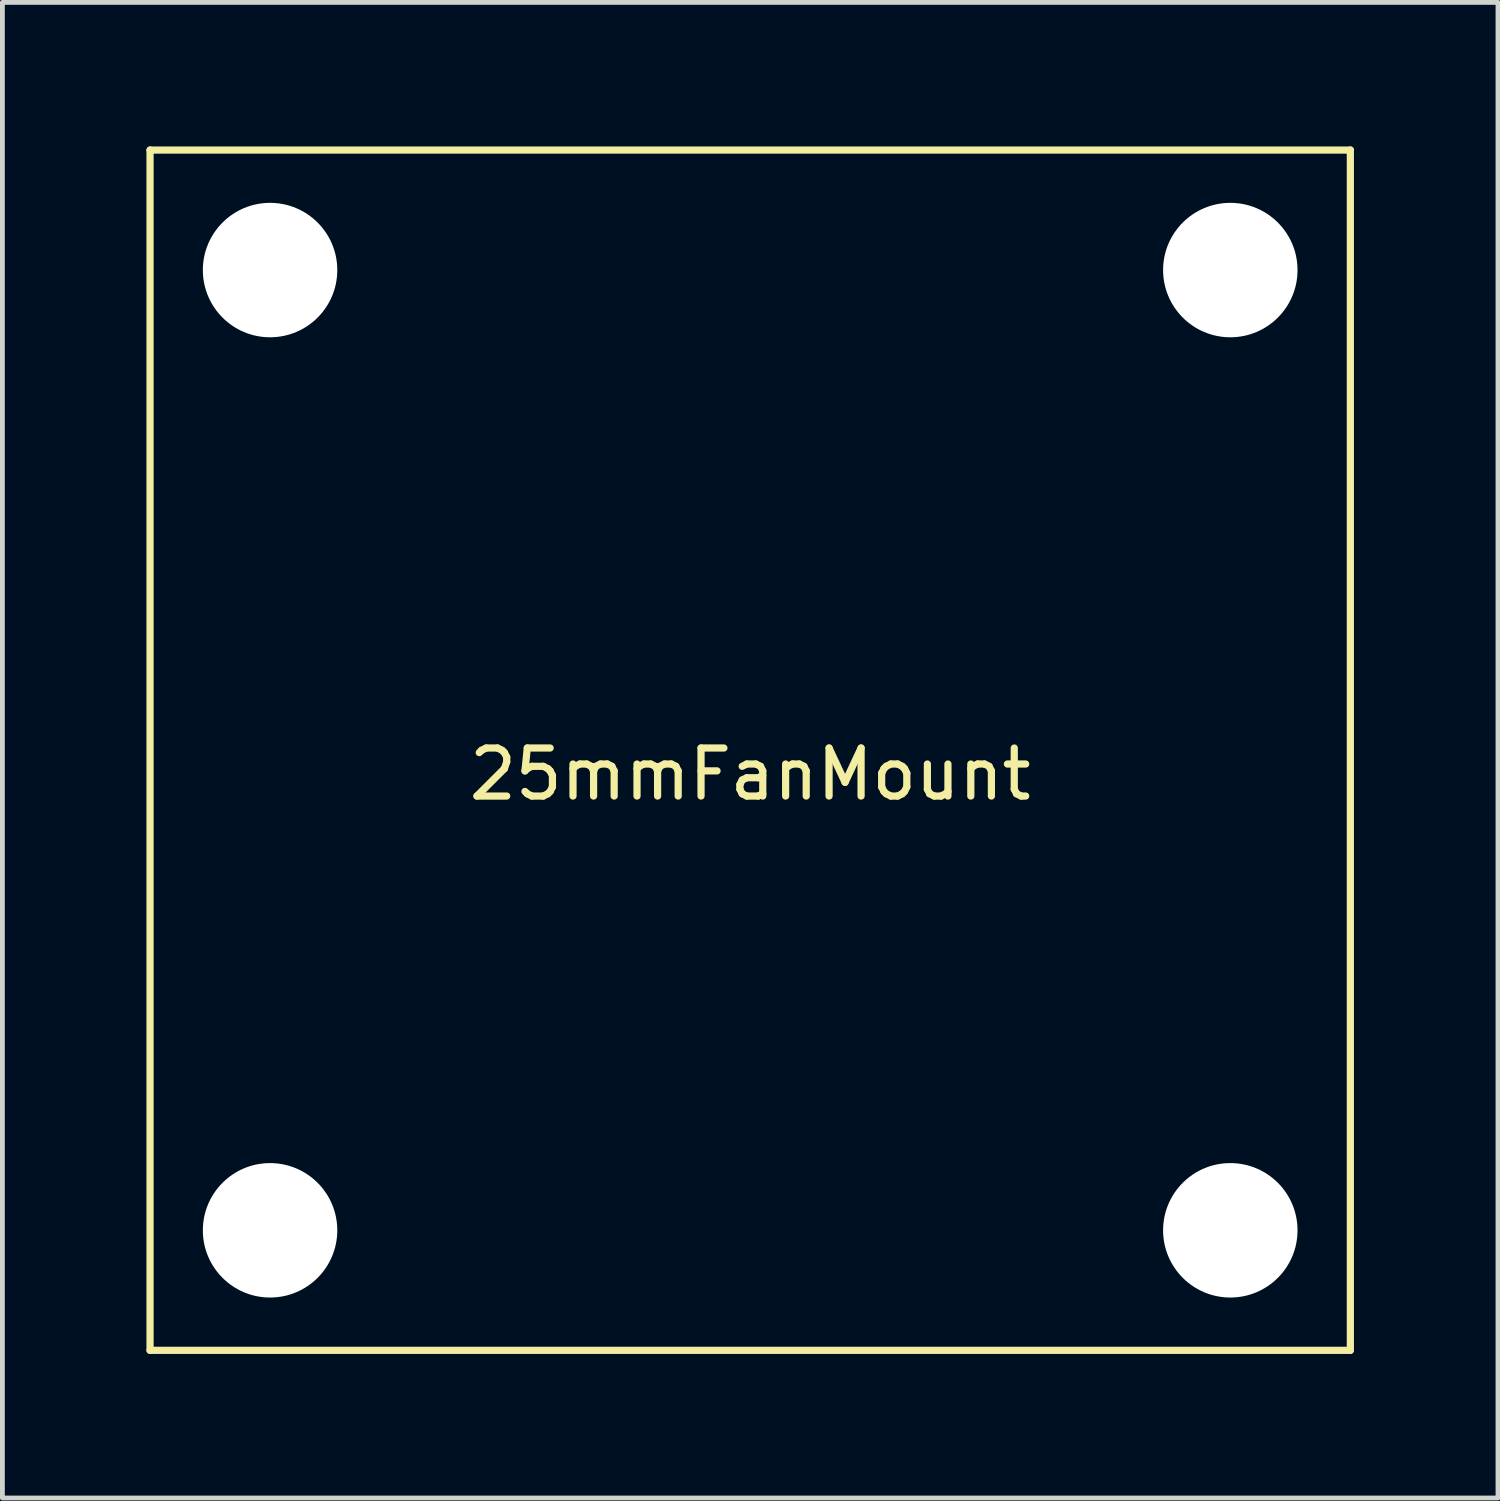
<source format=kicad_pcb>
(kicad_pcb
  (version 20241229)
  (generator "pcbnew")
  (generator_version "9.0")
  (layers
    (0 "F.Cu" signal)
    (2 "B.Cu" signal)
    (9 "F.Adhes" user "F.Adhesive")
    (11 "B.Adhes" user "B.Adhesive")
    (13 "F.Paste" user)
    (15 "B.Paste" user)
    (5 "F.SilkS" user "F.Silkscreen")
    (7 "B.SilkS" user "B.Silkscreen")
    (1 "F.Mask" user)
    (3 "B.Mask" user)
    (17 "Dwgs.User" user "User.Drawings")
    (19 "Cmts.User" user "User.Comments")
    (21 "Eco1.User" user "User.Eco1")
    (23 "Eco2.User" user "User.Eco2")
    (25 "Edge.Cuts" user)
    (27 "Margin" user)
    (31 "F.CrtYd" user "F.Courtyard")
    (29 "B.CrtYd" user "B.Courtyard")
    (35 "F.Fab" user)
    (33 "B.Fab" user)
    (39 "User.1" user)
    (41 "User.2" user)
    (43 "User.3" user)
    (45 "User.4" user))
  (footprint "25mmFanMount"
    (layer "F.Cu")
    (at 12.575 12.575)
    (property "Reference" "25mmFanMount" (at 0 0.5 0) (layer "F.SilkS") (effects (font (size 1 1) (thickness 0.15))))
    (attr through_hole)
    (fp_line (start -12.5 -12.5) (end 12.5 -12.5) (stroke (width 0.15) (type solid)) (layer "F.SilkS"))
    (fp_line (start -12.5 12.5) (end -12.5 -12.5) (stroke (width 0.15) (type solid)) (layer "F.SilkS"))
    (fp_line (start 12.5 -12.5) (end 12.5 12.5) (stroke (width 0.15) (type solid)) (layer "F.SilkS"))
    (fp_line (start 12.5 12.5) (end -12.5 12.5) (stroke (width 0.15) (type solid)) (layer "F.SilkS"))
    (fp_line (start -12.5 -12.5) (end 12.5 -12.5) (stroke (width 0.15) (type solid)) (layer "B.Paste"))
    (fp_line (start -12.5 12.5) (end -12.5 -12.5) (stroke (width 0.15) (type solid)) (layer "B.Paste"))
    (fp_line (start 12.5 -12.5) (end 12.5 12.5) (stroke (width 0.15) (type solid)) (layer "B.Paste"))
    (fp_line (start 12.5 12.5) (end -12.5 12.5) (stroke (width 0.15) (type solid)) (layer "B.Paste"))
    (pad "" np_thru_hole circle (at -10 -10) (size 2.8 2.8) (drill 2.8) (layers "*.Cu" "*.Mask"))
    (pad "" np_thru_hole circle (at -10 10) (size 2.8 2.8) (drill 2.8) (layers "*.Cu" "*.Mask"))
    (pad "" np_thru_hole circle (at 10 -10) (size 2.8 2.8) (drill 2.8) (layers "*.Cu" "*.Mask"))
    (pad "" np_thru_hole circle (at 10 10) (size 2.8 2.8) (drill 2.8) (layers "*.Cu" "*.Mask")))
  (gr_rect
    (start -3 -3)
    (end 28.15 28.15)
    (stroke (width 0.1) (type default))
    (fill no)
    (layer "Edge.Cuts")))
</source>
